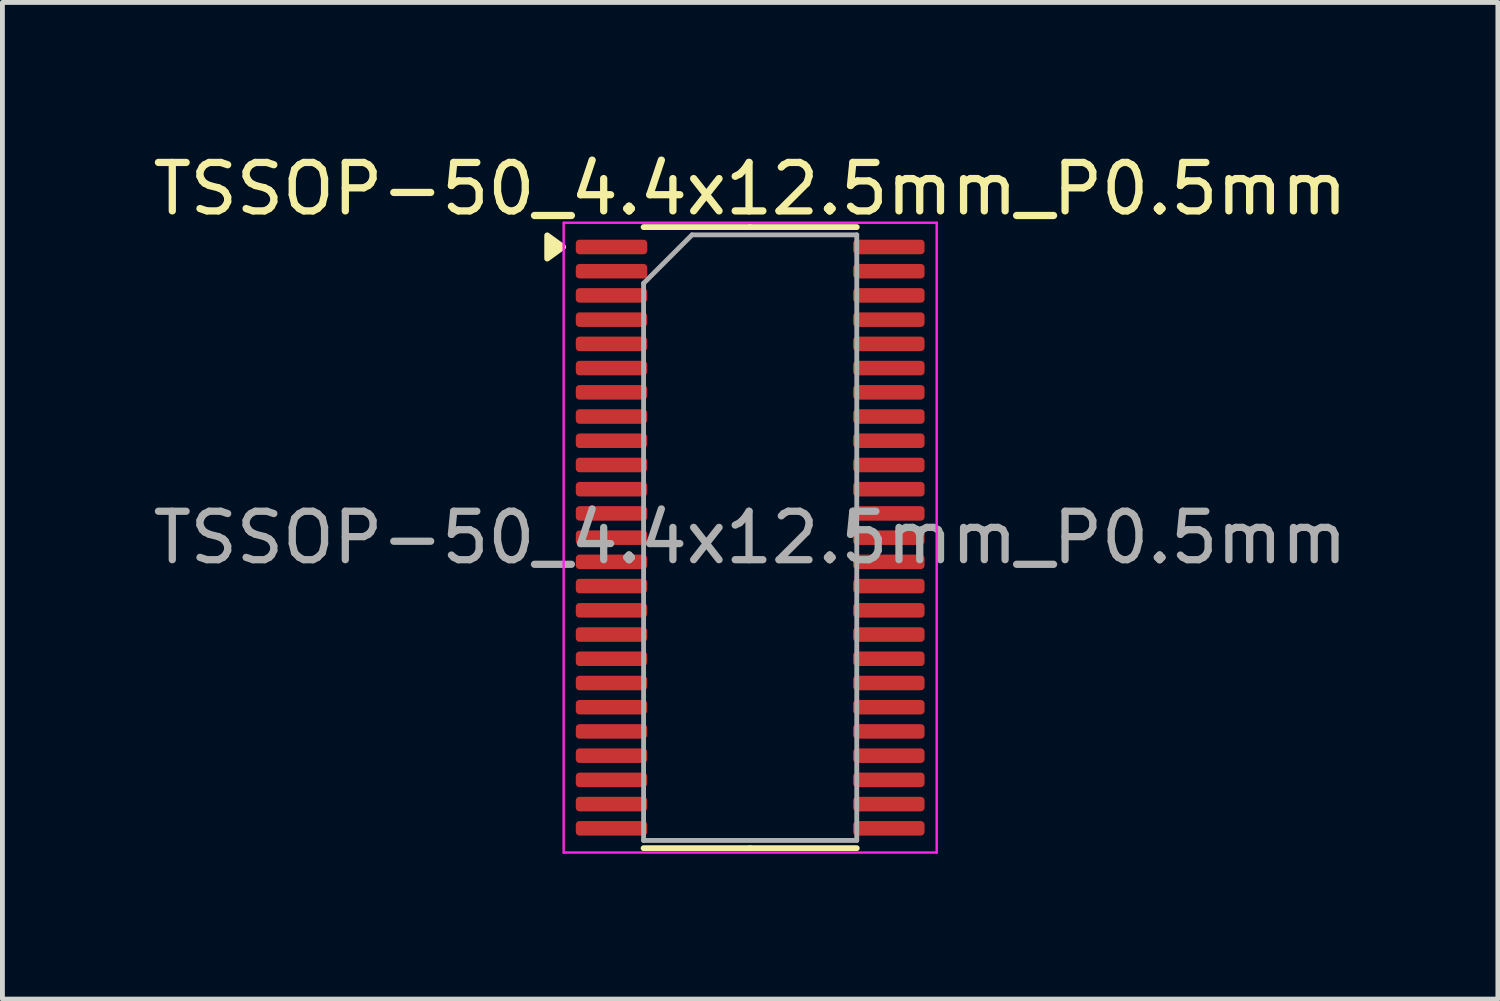
<source format=kicad_pcb>
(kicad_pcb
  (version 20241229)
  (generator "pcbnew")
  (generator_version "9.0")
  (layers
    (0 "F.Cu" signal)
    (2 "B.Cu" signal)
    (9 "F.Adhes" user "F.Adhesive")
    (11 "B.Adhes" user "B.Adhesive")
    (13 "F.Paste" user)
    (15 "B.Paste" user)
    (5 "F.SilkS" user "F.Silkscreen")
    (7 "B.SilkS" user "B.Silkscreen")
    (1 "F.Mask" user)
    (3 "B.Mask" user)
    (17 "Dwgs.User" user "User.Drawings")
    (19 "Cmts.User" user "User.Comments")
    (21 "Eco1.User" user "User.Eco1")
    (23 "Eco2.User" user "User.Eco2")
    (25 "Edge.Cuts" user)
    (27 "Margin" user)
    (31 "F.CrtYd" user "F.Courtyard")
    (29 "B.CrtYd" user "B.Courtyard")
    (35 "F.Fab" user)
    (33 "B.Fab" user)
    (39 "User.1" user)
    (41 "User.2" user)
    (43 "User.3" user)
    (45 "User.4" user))
  (footprint "TSSOP-50_4.4x12.5mm_P0.5mm"
    (layer "F.Cu")
    (at 12.435 8.048)
    (property "Reference" "TSSOP-50_4.4x12.5mm_P0.5mm" (at 0 -7.2 0) (layer "F.SilkS") (effects (font (size 1 1) (thickness 0.15))))
    (attr smd)
    (fp_line (start 0 -6.41) (end -2.2 -6.41) (stroke (width 0.12) (type solid)) (layer "F.SilkS"))
    (fp_line (start 0 -6.41) (end 2.2 -6.41) (stroke (width 0.12) (type solid)) (layer "F.SilkS"))
    (fp_line (start 0 6.41) (end -2.2 6.41) (stroke (width 0.12) (type solid)) (layer "F.SilkS"))
    (fp_line (start 0 6.41) (end 2.2 6.41) (stroke (width 0.12) (type solid)) (layer "F.SilkS"))
    (fp_poly (pts (xy -3.86 -6) (xy -4.19 -6.24) (xy -4.19 -5.76) (xy -3.86 -6)) (stroke (width 0.12) (type solid)) (fill yes) (layer "F.SilkS"))
    (fp_line (start -3.85 -6.5) (end -3.85 6.5) (stroke (width 0.05) (type solid)) (layer "F.CrtYd"))
    (fp_line (start -3.85 6.5) (end 3.85 6.5) (stroke (width 0.05) (type solid)) (layer "F.CrtYd"))
    (fp_line (start 3.85 -6.5) (end -3.85 -6.5) (stroke (width 0.05) (type solid)) (layer "F.CrtYd"))
    (fp_line (start 3.85 6.5) (end 3.85 -6.5) (stroke (width 0.05) (type solid)) (layer "F.CrtYd"))
    (fp_line (start -2.2 -5.25) (end -1.2 -6.25) (stroke (width 0.1) (type solid)) (layer "F.Fab"))
    (fp_line (start -2.2 6.25) (end -2.2 -5.25) (stroke (width 0.1) (type solid)) (layer "F.Fab"))
    (fp_line (start -1.2 -6.25) (end 2.2 -6.25) (stroke (width 0.1) (type solid)) (layer "F.Fab"))
    (fp_line (start 2.2 -6.25) (end 2.2 6.25) (stroke (width 0.1) (type solid)) (layer "F.Fab"))
    (fp_line (start 2.2 6.25) (end -2.2 6.25) (stroke (width 0.1) (type solid)) (layer "F.Fab"))
    (fp_text user "${REFERENCE}" (at 0 0 0) (layer "F.Fab") (effects (font (size 1 1) (thickness 0.15))))
    (pad "1" smd roundrect (at -2.862 -6) (size 1.475 0.3) (layers "F.Cu" "F.Mask" "F.Paste") (roundrect_rratio 0.25))
    (pad "2" smd roundrect (at -2.862 -5.5) (size 1.475 0.3) (layers "F.Cu" "F.Mask" "F.Paste") (roundrect_rratio 0.25))
    (pad "3" smd roundrect (at -2.862 -5) (size 1.475 0.3) (layers "F.Cu" "F.Mask" "F.Paste") (roundrect_rratio 0.25))
    (pad "4" smd roundrect (at -2.862 -4.5) (size 1.475 0.3) (layers "F.Cu" "F.Mask" "F.Paste") (roundrect_rratio 0.25))
    (pad "5" smd roundrect (at -2.862 -4) (size 1.475 0.3) (layers "F.Cu" "F.Mask" "F.Paste") (roundrect_rratio 0.25))
    (pad "6" smd roundrect (at -2.862 -3.5) (size 1.475 0.3) (layers "F.Cu" "F.Mask" "F.Paste") (roundrect_rratio 0.25))
    (pad "7" smd roundrect (at -2.862 -3) (size 1.475 0.3) (layers "F.Cu" "F.Mask" "F.Paste") (roundrect_rratio 0.25))
    (pad "8" smd roundrect (at -2.862 -2.5) (size 1.475 0.3) (layers "F.Cu" "F.Mask" "F.Paste") (roundrect_rratio 0.25))
    (pad "9" smd roundrect (at -2.862 -2) (size 1.475 0.3) (layers "F.Cu" "F.Mask" "F.Paste") (roundrect_rratio 0.25))
    (pad "10" smd roundrect (at -2.862 -1.5) (size 1.475 0.3) (layers "F.Cu" "F.Mask" "F.Paste") (roundrect_rratio 0.25))
    (pad "11" smd roundrect (at -2.862 -1) (size 1.475 0.3) (layers "F.Cu" "F.Mask" "F.Paste") (roundrect_rratio 0.25))
    (pad "12" smd roundrect (at -2.862 -0.5) (size 1.475 0.3) (layers "F.Cu" "F.Mask" "F.Paste") (roundrect_rratio 0.25))
    (pad "13" smd roundrect (at -2.862 0) (size 1.475 0.3) (layers "F.Cu" "F.Mask" "F.Paste") (roundrect_rratio 0.25))
    (pad "14" smd roundrect (at -2.862 0.5) (size 1.475 0.3) (layers "F.Cu" "F.Mask" "F.Paste") (roundrect_rratio 0.25))
    (pad "15" smd roundrect (at -2.862 1) (size 1.475 0.3) (layers "F.Cu" "F.Mask" "F.Paste") (roundrect_rratio 0.25))
    (pad "16" smd roundrect (at -2.862 1.5) (size 1.475 0.3) (layers "F.Cu" "F.Mask" "F.Paste") (roundrect_rratio 0.25))
    (pad "17" smd roundrect (at -2.862 2) (size 1.475 0.3) (layers "F.Cu" "F.Mask" "F.Paste") (roundrect_rratio 0.25))
    (pad "18" smd roundrect (at -2.862 2.5) (size 1.475 0.3) (layers "F.Cu" "F.Mask" "F.Paste") (roundrect_rratio 0.25))
    (pad "19" smd roundrect (at -2.862 3) (size 1.475 0.3) (layers "F.Cu" "F.Mask" "F.Paste") (roundrect_rratio 0.25))
    (pad "20" smd roundrect (at -2.862 3.5) (size 1.475 0.3) (layers "F.Cu" "F.Mask" "F.Paste") (roundrect_rratio 0.25))
    (pad "21" smd roundrect (at -2.862 4) (size 1.475 0.3) (layers "F.Cu" "F.Mask" "F.Paste") (roundrect_rratio 0.25))
    (pad "22" smd roundrect (at -2.862 4.5) (size 1.475 0.3) (layers "F.Cu" "F.Mask" "F.Paste") (roundrect_rratio 0.25))
    (pad "23" smd roundrect (at -2.862 5) (size 1.475 0.3) (layers "F.Cu" "F.Mask" "F.Paste") (roundrect_rratio 0.25))
    (pad "24" smd roundrect (at -2.862 5.5) (size 1.475 0.3) (layers "F.Cu" "F.Mask" "F.Paste") (roundrect_rratio 0.25))
    (pad "25" smd roundrect (at -2.862 6) (size 1.475 0.3) (layers "F.Cu" "F.Mask" "F.Paste") (roundrect_rratio 0.25))
    (pad "26" smd roundrect (at 2.862 6) (size 1.475 0.3) (layers "F.Cu" "F.Mask" "F.Paste") (roundrect_rratio 0.25))
    (pad "27" smd roundrect (at 2.862 5.5) (size 1.475 0.3) (layers "F.Cu" "F.Mask" "F.Paste") (roundrect_rratio 0.25))
    (pad "28" smd roundrect (at 2.862 5) (size 1.475 0.3) (layers "F.Cu" "F.Mask" "F.Paste") (roundrect_rratio 0.25))
    (pad "29" smd roundrect (at 2.862 4.5) (size 1.475 0.3) (layers "F.Cu" "F.Mask" "F.Paste") (roundrect_rratio 0.25))
    (pad "30" smd roundrect (at 2.862 4) (size 1.475 0.3) (layers "F.Cu" "F.Mask" "F.Paste") (roundrect_rratio 0.25))
    (pad "31" smd roundrect (at 2.862 3.5) (size 1.475 0.3) (layers "F.Cu" "F.Mask" "F.Paste") (roundrect_rratio 0.25))
    (pad "32" smd roundrect (at 2.862 3) (size 1.475 0.3) (layers "F.Cu" "F.Mask" "F.Paste") (roundrect_rratio 0.25))
    (pad "33" smd roundrect (at 2.862 2.5) (size 1.475 0.3) (layers "F.Cu" "F.Mask" "F.Paste") (roundrect_rratio 0.25))
    (pad "34" smd roundrect (at 2.862 2) (size 1.475 0.3) (layers "F.Cu" "F.Mask" "F.Paste") (roundrect_rratio 0.25))
    (pad "35" smd roundrect (at 2.862 1.5) (size 1.475 0.3) (layers "F.Cu" "F.Mask" "F.Paste") (roundrect_rratio 0.25))
    (pad "36" smd roundrect (at 2.862 1) (size 1.475 0.3) (layers "F.Cu" "F.Mask" "F.Paste") (roundrect_rratio 0.25))
    (pad "37" smd roundrect (at 2.862 0.5) (size 1.475 0.3) (layers "F.Cu" "F.Mask" "F.Paste") (roundrect_rratio 0.25))
    (pad "38" smd roundrect (at 2.862 0) (size 1.475 0.3) (layers "F.Cu" "F.Mask" "F.Paste") (roundrect_rratio 0.25))
    (pad "39" smd roundrect (at 2.862 -0.5) (size 1.475 0.3) (layers "F.Cu" "F.Mask" "F.Paste") (roundrect_rratio 0.25))
    (pad "40" smd roundrect (at 2.862 -1) (size 1.475 0.3) (layers "F.Cu" "F.Mask" "F.Paste") (roundrect_rratio 0.25))
    (pad "41" smd roundrect (at 2.862 -1.5) (size 1.475 0.3) (layers "F.Cu" "F.Mask" "F.Paste") (roundrect_rratio 0.25))
    (pad "42" smd roundrect (at 2.862 -2) (size 1.475 0.3) (layers "F.Cu" "F.Mask" "F.Paste") (roundrect_rratio 0.25))
    (pad "43" smd roundrect (at 2.862 -2.5) (size 1.475 0.3) (layers "F.Cu" "F.Mask" "F.Paste") (roundrect_rratio 0.25))
    (pad "44" smd roundrect (at 2.862 -3) (size 1.475 0.3) (layers "F.Cu" "F.Mask" "F.Paste") (roundrect_rratio 0.25))
    (pad "45" smd roundrect (at 2.862 -3.5) (size 1.475 0.3) (layers "F.Cu" "F.Mask" "F.Paste") (roundrect_rratio 0.25))
    (pad "46" smd roundrect (at 2.862 -4) (size 1.475 0.3) (layers "F.Cu" "F.Mask" "F.Paste") (roundrect_rratio 0.25))
    (pad "47" smd roundrect (at 2.862 -4.5) (size 1.475 0.3) (layers "F.Cu" "F.Mask" "F.Paste") (roundrect_rratio 0.25))
    (pad "48" smd roundrect (at 2.862 -5) (size 1.475 0.3) (layers "F.Cu" "F.Mask" "F.Paste") (roundrect_rratio 0.25))
    (pad "49" smd roundrect (at 2.862 -5.5) (size 1.475 0.3) (layers "F.Cu" "F.Mask" "F.Paste") (roundrect_rratio 0.25))
    (pad "50" smd roundrect (at 2.862 -6) (size 1.475 0.3) (layers "F.Cu" "F.Mask" "F.Paste") (roundrect_rratio 0.25)))
  (gr_rect
    (start -3 -3)
    (end 27.869 17.573)
    (stroke (width 0.1) (type default))
    (fill no)
    (layer "Edge.Cuts")))
</source>
